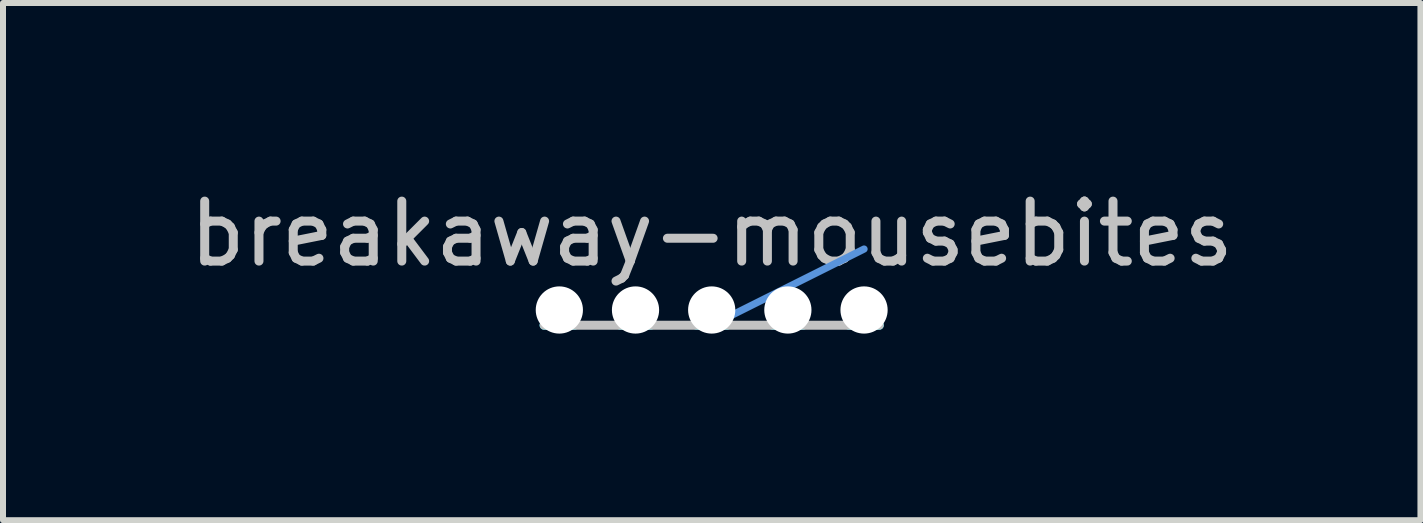
<source format=kicad_pcb>
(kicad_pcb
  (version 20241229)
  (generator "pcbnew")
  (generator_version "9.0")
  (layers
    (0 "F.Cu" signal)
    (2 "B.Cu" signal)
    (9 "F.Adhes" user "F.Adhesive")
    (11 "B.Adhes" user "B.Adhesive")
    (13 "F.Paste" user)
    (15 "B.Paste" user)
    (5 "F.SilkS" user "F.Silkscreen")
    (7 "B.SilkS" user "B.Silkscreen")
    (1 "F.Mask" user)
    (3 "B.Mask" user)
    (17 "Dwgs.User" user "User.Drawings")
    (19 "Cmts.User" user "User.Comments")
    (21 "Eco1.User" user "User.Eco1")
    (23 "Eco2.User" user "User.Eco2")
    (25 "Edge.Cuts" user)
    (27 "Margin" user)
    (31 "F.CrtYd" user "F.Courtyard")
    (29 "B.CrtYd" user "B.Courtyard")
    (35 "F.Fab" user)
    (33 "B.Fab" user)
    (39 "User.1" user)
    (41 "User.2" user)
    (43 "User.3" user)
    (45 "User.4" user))
  (footprint "breakaway-mousebites"
    (layer "F.Cu")
    (at 8.815 2.372)
    (property "Reference" "breakaway-mousebites" (at 0 -1.524 0) (layer "Dwgs.User") (effects (font (size 1 1) (thickness 0.15))))
    (attr exclude_from_pos_files exclude_from_bom)
    (fp_line (start -2.794 0) (end 2.794 0) (stroke (width 0.15) (type solid)) (layer "Dwgs.User"))
    (fp_line (start 0 0) (end 2.54 -1.27) (stroke (width 0.12) (type solid)) (layer "Cmts.User"))
    (fp_line (start -2.286 0) (end -2.794 0) (stroke (width 0.15) (type solid)) (layer "B.CrtYd"))
    (fp_line (start -1.016 0) (end -1.524 0) (stroke (width 0.15) (type solid)) (layer "B.CrtYd"))
    (fp_line (start 0.254 0) (end -0.254 0) (stroke (width 0.15) (type solid)) (layer "B.CrtYd"))
    (fp_line (start 1.016 0) (end 1.524 0) (stroke (width 0.15) (type solid)) (layer "B.CrtYd"))
    (fp_line (start 2.286 0) (end 2.794 0) (stroke (width 0.15) (type solid)) (layer "B.CrtYd"))
    (pad "" np_thru_hole circle (at -2.54 -0.254) (size 0.787 0.787) (drill 0.787) (layers "*.Cu" "*.Mask"))
    (pad "" np_thru_hole circle (at -1.27 -0.254) (size 0.787 0.787) (drill 0.787) (layers "*.Cu" "*.Mask"))
    (pad "" np_thru_hole circle (at 0 -0.254) (size 0.787 0.787) (drill 0.787) (layers "*.Cu" "*.Mask"))
    (pad "" np_thru_hole circle (at 1.27 -0.254) (size 0.787 0.787) (drill 0.787) (layers "*.Cu" "*.Mask"))
    (pad "" np_thru_hole circle (at 2.54 -0.254) (size 0.787 0.787) (drill 0.787) (layers "*.Cu" "*.Mask")))
  (gr_rect
    (start -3 -3)
    (end 20.631 5.622)
    (stroke (width 0.1) (type default))
    (fill no)
    (layer "Edge.Cuts")))
</source>
